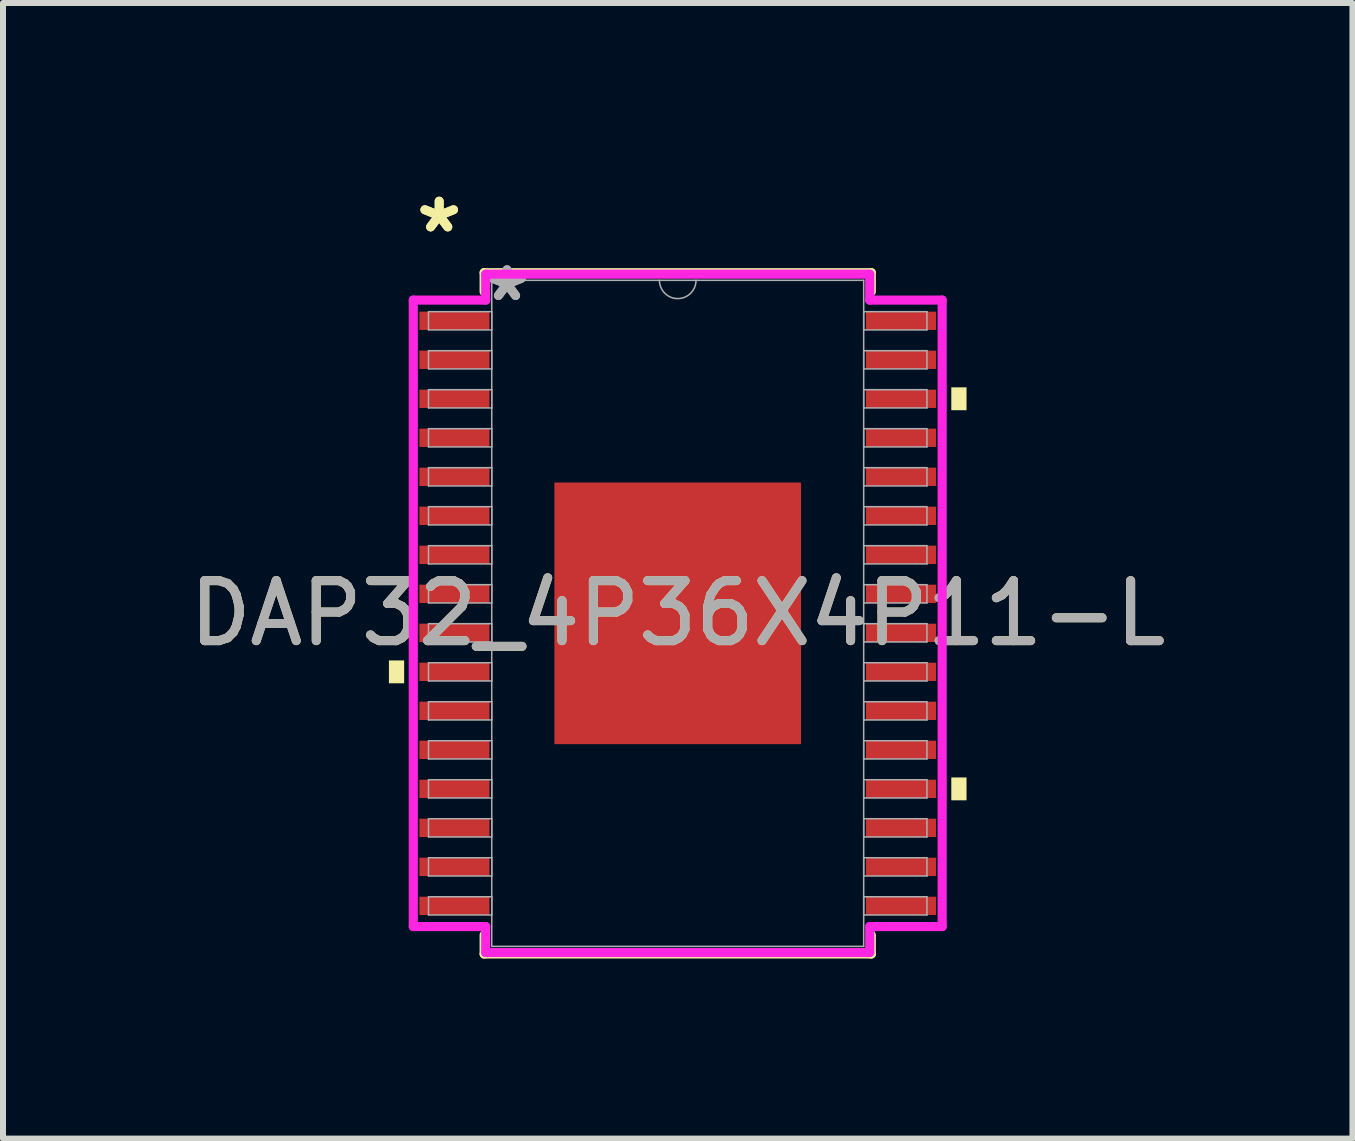
<source format=kicad_pcb>
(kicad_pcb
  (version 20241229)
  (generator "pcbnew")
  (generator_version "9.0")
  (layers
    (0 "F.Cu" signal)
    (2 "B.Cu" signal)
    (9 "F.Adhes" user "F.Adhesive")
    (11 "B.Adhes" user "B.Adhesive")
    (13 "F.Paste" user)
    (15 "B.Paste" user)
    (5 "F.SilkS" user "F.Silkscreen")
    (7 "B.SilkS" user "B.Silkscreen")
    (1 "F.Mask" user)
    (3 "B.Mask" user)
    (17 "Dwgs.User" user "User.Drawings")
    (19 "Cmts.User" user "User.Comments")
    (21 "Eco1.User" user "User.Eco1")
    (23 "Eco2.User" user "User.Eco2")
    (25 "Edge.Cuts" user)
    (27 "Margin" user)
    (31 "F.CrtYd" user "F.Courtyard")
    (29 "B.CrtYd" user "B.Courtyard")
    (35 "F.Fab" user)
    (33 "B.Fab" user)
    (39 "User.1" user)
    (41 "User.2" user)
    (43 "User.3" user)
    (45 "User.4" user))
  (footprint "DAP32_4P36X4P11-L"
    (layer "F.Cu")
    (at 8.244 7.171)
    (property "Reference" "DAP32_4P36X4P11-L" (at 0 0 0) (unlocked yes) (layer "F.SilkS") (effects (font (size 1 1) (thickness 0.15))))
    (attr smd)
    (fp_line (start -3.226 -5.677) (end -3.226 -5.36) (stroke (width 0.152) (type solid)) (layer "F.SilkS"))
    (fp_line (start -3.226 5.36) (end -3.226 5.677) (stroke (width 0.152) (type solid)) (layer "F.SilkS"))
    (fp_line (start -3.226 5.677) (end 3.226 5.677) (stroke (width 0.152) (type solid)) (layer "F.SilkS"))
    (fp_line (start 3.226 -5.677) (end -3.226 -5.677) (stroke (width 0.152) (type solid)) (layer "F.SilkS"))
    (fp_line (start 3.226 -5.36) (end 3.226 -5.677) (stroke (width 0.152) (type solid)) (layer "F.SilkS"))
    (fp_line (start 3.226 5.677) (end 3.226 5.36) (stroke (width 0.152) (type solid)) (layer "F.SilkS"))
    (fp_poly (pts (xy -4.813 0.785) (xy -4.813 1.166) (xy -4.559 1.166) (xy -4.559 0.785)) (stroke (width 0) (type solid)) (fill yes) (layer "F.SilkS"))
    (fp_poly (pts (xy 4.813 -3.766) (xy 4.813 -3.385) (xy 4.559 -3.385) (xy 4.559 -3.766)) (stroke (width 0) (type solid)) (fill yes) (layer "F.SilkS"))
    (fp_poly (pts (xy 4.813 2.735) (xy 4.813 3.116) (xy 4.559 3.116) (xy 4.559 2.735)) (stroke (width 0) (type solid)) (fill yes) (layer "F.SilkS"))
    (fp_poly (pts (xy -1.955 -2.08) (xy -1.955 -0.827) (xy -0.785 -0.827) (xy -0.785 -2.08)) (stroke (width 0) (type solid)) (fill yes) (layer "F.Paste"))
    (fp_poly (pts (xy -1.955 -0.627) (xy -1.955 0.627) (xy -0.785 0.627) (xy -0.785 -0.627)) (stroke (width 0) (type solid)) (fill yes) (layer "F.Paste"))
    (fp_poly (pts (xy -1.955 0.827) (xy -1.955 2.08) (xy -0.785 2.08) (xy -0.785 0.827)) (stroke (width 0) (type solid)) (fill yes) (layer "F.Paste"))
    (fp_poly (pts (xy -0.585 -2.08) (xy -0.585 -0.827) (xy 0.585 -0.827) (xy 0.585 -2.08)) (stroke (width 0) (type solid)) (fill yes) (layer "F.Paste"))
    (fp_poly (pts (xy -0.585 -0.627) (xy -0.585 0.627) (xy 0.585 0.627) (xy 0.585 -0.627)) (stroke (width 0) (type solid)) (fill yes) (layer "F.Paste"))
    (fp_poly (pts (xy -0.585 0.827) (xy -0.585 2.08) (xy 0.585 2.08) (xy 0.585 0.827)) (stroke (width 0) (type solid)) (fill yes) (layer "F.Paste"))
    (fp_poly (pts (xy 0.785 -2.08) (xy 0.785 -0.827) (xy 1.955 -0.827) (xy 1.955 -2.08)) (stroke (width 0) (type solid)) (fill yes) (layer "F.Paste"))
    (fp_poly (pts (xy 0.785 -0.627) (xy 0.785 0.627) (xy 1.955 0.627) (xy 1.955 -0.627)) (stroke (width 0) (type solid)) (fill yes) (layer "F.Paste"))
    (fp_poly (pts (xy 0.785 0.827) (xy 0.785 2.08) (xy 1.955 2.08) (xy 1.955 0.827)) (stroke (width 0) (type solid)) (fill yes) (layer "F.Paste"))
    (fp_line (start -4.407 -5.22) (end -3.2 -5.22) (stroke (width 0.152) (type solid)) (layer "F.CrtYd"))
    (fp_line (start -4.407 5.22) (end -4.407 -5.22) (stroke (width 0.152) (type solid)) (layer "F.CrtYd"))
    (fp_line (start -4.407 5.22) (end -3.2 5.22) (stroke (width 0.152) (type solid)) (layer "F.CrtYd"))
    (fp_line (start -3.2 -5.652) (end 3.2 -5.652) (stroke (width 0.152) (type solid)) (layer "F.CrtYd"))
    (fp_line (start -3.2 -5.22) (end -3.2 -5.652) (stroke (width 0.152) (type solid)) (layer "F.CrtYd"))
    (fp_line (start -3.2 5.652) (end -3.2 5.22) (stroke (width 0.152) (type solid)) (layer "F.CrtYd"))
    (fp_line (start 3.2 -5.652) (end 3.2 -5.22) (stroke (width 0.152) (type solid)) (layer "F.CrtYd"))
    (fp_line (start 3.2 5.22) (end 3.2 5.652) (stroke (width 0.152) (type solid)) (layer "F.CrtYd"))
    (fp_line (start 3.2 5.652) (end -3.2 5.652) (stroke (width 0.152) (type solid)) (layer "F.CrtYd"))
    (fp_line (start 4.407 -5.22) (end 3.2 -5.22) (stroke (width 0.152) (type solid)) (layer "F.CrtYd"))
    (fp_line (start 4.407 -5.22) (end 4.407 5.22) (stroke (width 0.152) (type solid)) (layer "F.CrtYd"))
    (fp_line (start 4.407 5.22) (end 3.2 5.22) (stroke (width 0.152) (type solid)) (layer "F.CrtYd"))
    (fp_line (start -4.153 -5.027) (end -4.153 -4.723) (stroke (width 0.025) (type solid)) (layer "F.Fab"))
    (fp_line (start -4.153 -4.723) (end -3.099 -4.723) (stroke (width 0.025) (type solid)) (layer "F.Fab"))
    (fp_line (start -4.153 -4.377) (end -4.153 -4.073) (stroke (width 0.025) (type solid)) (layer "F.Fab"))
    (fp_line (start -4.153 -4.073) (end -3.099 -4.073) (stroke (width 0.025) (type solid)) (layer "F.Fab"))
    (fp_line (start -4.153 -3.727) (end -4.153 -3.423) (stroke (width 0.025) (type solid)) (layer "F.Fab"))
    (fp_line (start -4.153 -3.423) (end -3.099 -3.423) (stroke (width 0.025) (type solid)) (layer "F.Fab"))
    (fp_line (start -4.153 -3.077) (end -4.153 -2.773) (stroke (width 0.025) (type solid)) (layer "F.Fab"))
    (fp_line (start -4.153 -2.773) (end -3.099 -2.773) (stroke (width 0.025) (type solid)) (layer "F.Fab"))
    (fp_line (start -4.153 -2.427) (end -4.153 -2.123) (stroke (width 0.025) (type solid)) (layer "F.Fab"))
    (fp_line (start -4.153 -2.123) (end -3.099 -2.123) (stroke (width 0.025) (type solid)) (layer "F.Fab"))
    (fp_line (start -4.153 -1.777) (end -4.153 -1.473) (stroke (width 0.025) (type solid)) (layer "F.Fab"))
    (fp_line (start -4.153 -1.473) (end -3.099 -1.473) (stroke (width 0.025) (type solid)) (layer "F.Fab"))
    (fp_line (start -4.153 -1.127) (end -4.153 -0.823) (stroke (width 0.025) (type solid)) (layer "F.Fab"))
    (fp_line (start -4.153 -0.823) (end -3.099 -0.823) (stroke (width 0.025) (type solid)) (layer "F.Fab"))
    (fp_line (start -4.153 -0.477) (end -4.153 -0.173) (stroke (width 0.025) (type solid)) (layer "F.Fab"))
    (fp_line (start -4.153 -0.173) (end -3.099 -0.173) (stroke (width 0.025) (type solid)) (layer "F.Fab"))
    (fp_line (start -4.153 0.173) (end -4.153 0.477) (stroke (width 0.025) (type solid)) (layer "F.Fab"))
    (fp_line (start -4.153 0.477) (end -3.099 0.477) (stroke (width 0.025) (type solid)) (layer "F.Fab"))
    (fp_line (start -4.153 0.823) (end -4.153 1.127) (stroke (width 0.025) (type solid)) (layer "F.Fab"))
    (fp_line (start -4.153 1.127) (end -3.099 1.127) (stroke (width 0.025) (type solid)) (layer "F.Fab"))
    (fp_line (start -4.153 1.473) (end -4.153 1.777) (stroke (width 0.025) (type solid)) (layer "F.Fab"))
    (fp_line (start -4.153 1.777) (end -3.099 1.777) (stroke (width 0.025) (type solid)) (layer "F.Fab"))
    (fp_line (start -4.153 2.123) (end -4.153 2.427) (stroke (width 0.025) (type solid)) (layer "F.Fab"))
    (fp_line (start -4.153 2.427) (end -3.099 2.427) (stroke (width 0.025) (type solid)) (layer "F.Fab"))
    (fp_line (start -4.153 2.773) (end -4.153 3.077) (stroke (width 0.025) (type solid)) (layer "F.Fab"))
    (fp_line (start -4.153 3.077) (end -3.099 3.077) (stroke (width 0.025) (type solid)) (layer "F.Fab"))
    (fp_line (start -4.153 3.423) (end -4.153 3.727) (stroke (width 0.025) (type solid)) (layer "F.Fab"))
    (fp_line (start -4.153 3.727) (end -3.099 3.727) (stroke (width 0.025) (type solid)) (layer "F.Fab"))
    (fp_line (start -4.153 4.073) (end -4.153 4.377) (stroke (width 0.025) (type solid)) (layer "F.Fab"))
    (fp_line (start -4.153 4.377) (end -3.099 4.377) (stroke (width 0.025) (type solid)) (layer "F.Fab"))
    (fp_line (start -4.153 4.723) (end -4.153 5.027) (stroke (width 0.025) (type solid)) (layer "F.Fab"))
    (fp_line (start -4.153 5.027) (end -3.099 5.027) (stroke (width 0.025) (type solid)) (layer "F.Fab"))
    (fp_line (start -3.099 -5.55) (end -3.099 5.55) (stroke (width 0.025) (type solid)) (layer "F.Fab"))
    (fp_line (start -3.099 -5.027) (end -4.153 -5.027) (stroke (width 0.025) (type solid)) (layer "F.Fab"))
    (fp_line (start -3.099 -4.723) (end -3.099 -5.027) (stroke (width 0.025) (type solid)) (layer "F.Fab"))
    (fp_line (start -3.099 -4.377) (end -4.153 -4.377) (stroke (width 0.025) (type solid)) (layer "F.Fab"))
    (fp_line (start -3.099 -4.073) (end -3.099 -4.377) (stroke (width 0.025) (type solid)) (layer "F.Fab"))
    (fp_line (start -3.099 -3.727) (end -4.153 -3.727) (stroke (width 0.025) (type solid)) (layer "F.Fab"))
    (fp_line (start -3.099 -3.423) (end -3.099 -3.727) (stroke (width 0.025) (type solid)) (layer "F.Fab"))
    (fp_line (start -3.099 -3.077) (end -4.153 -3.077) (stroke (width 0.025) (type solid)) (layer "F.Fab"))
    (fp_line (start -3.099 -2.773) (end -3.099 -3.077) (stroke (width 0.025) (type solid)) (layer "F.Fab"))
    (fp_line (start -3.099 -2.427) (end -4.153 -2.427) (stroke (width 0.025) (type solid)) (layer "F.Fab"))
    (fp_line (start -3.099 -2.123) (end -3.099 -2.427) (stroke (width 0.025) (type solid)) (layer "F.Fab"))
    (fp_line (start -3.099 -1.777) (end -4.153 -1.777) (stroke (width 0.025) (type solid)) (layer "F.Fab"))
    (fp_line (start -3.099 -1.473) (end -3.099 -1.777) (stroke (width 0.025) (type solid)) (layer "F.Fab"))
    (fp_line (start -3.099 -1.127) (end -4.153 -1.127) (stroke (width 0.025) (type solid)) (layer "F.Fab"))
    (fp_line (start -3.099 -0.823) (end -3.099 -1.127) (stroke (width 0.025) (type solid)) (layer "F.Fab"))
    (fp_line (start -3.099 -0.477) (end -4.153 -0.477) (stroke (width 0.025) (type solid)) (layer "F.Fab"))
    (fp_line (start -3.099 -0.173) (end -3.099 -0.477) (stroke (width 0.025) (type solid)) (layer "F.Fab"))
    (fp_line (start -3.099 0.173) (end -4.153 0.173) (stroke (width 0.025) (type solid)) (layer "F.Fab"))
    (fp_line (start -3.099 0.477) (end -3.099 0.173) (stroke (width 0.025) (type solid)) (layer "F.Fab"))
    (fp_line (start -3.099 0.823) (end -4.153 0.823) (stroke (width 0.025) (type solid)) (layer "F.Fab"))
    (fp_line (start -3.099 1.127) (end -3.099 0.823) (stroke (width 0.025) (type solid)) (layer "F.Fab"))
    (fp_line (start -3.099 1.473) (end -4.153 1.473) (stroke (width 0.025) (type solid)) (layer "F.Fab"))
    (fp_line (start -3.099 1.777) (end -3.099 1.473) (stroke (width 0.025) (type solid)) (layer "F.Fab"))
    (fp_line (start -3.099 2.123) (end -4.153 2.123) (stroke (width 0.025) (type solid)) (layer "F.Fab"))
    (fp_line (start -3.099 2.427) (end -3.099 2.123) (stroke (width 0.025) (type solid)) (layer "F.Fab"))
    (fp_line (start -3.099 2.773) (end -4.153 2.773) (stroke (width 0.025) (type solid)) (layer "F.Fab"))
    (fp_line (start -3.099 3.077) (end -3.099 2.773) (stroke (width 0.025) (type solid)) (layer "F.Fab"))
    (fp_line (start -3.099 3.423) (end -4.153 3.423) (stroke (width 0.025) (type solid)) (layer "F.Fab"))
    (fp_line (start -3.099 3.727) (end -3.099 3.423) (stroke (width 0.025) (type solid)) (layer "F.Fab"))
    (fp_line (start -3.099 4.073) (end -4.153 4.073) (stroke (width 0.025) (type solid)) (layer "F.Fab"))
    (fp_line (start -3.099 4.377) (end -3.099 4.073) (stroke (width 0.025) (type solid)) (layer "F.Fab"))
    (fp_line (start -3.099 4.723) (end -4.153 4.723) (stroke (width 0.025) (type solid)) (layer "F.Fab"))
    (fp_line (start -3.099 5.027) (end -3.099 4.723) (stroke (width 0.025) (type solid)) (layer "F.Fab"))
    (fp_line (start -3.099 5.55) (end 3.099 5.55) (stroke (width 0.025) (type solid)) (layer "F.Fab"))
    (fp_line (start 3.099 -5.55) (end -3.099 -5.55) (stroke (width 0.025) (type solid)) (layer "F.Fab"))
    (fp_line (start 3.099 -5.027) (end 3.099 -4.723) (stroke (width 0.025) (type solid)) (layer "F.Fab"))
    (fp_line (start 3.099 -4.723) (end 4.153 -4.723) (stroke (width 0.025) (type solid)) (layer "F.Fab"))
    (fp_line (start 3.099 -4.377) (end 3.099 -4.073) (stroke (width 0.025) (type solid)) (layer "F.Fab"))
    (fp_line (start 3.099 -4.073) (end 4.153 -4.073) (stroke (width 0.025) (type solid)) (layer "F.Fab"))
    (fp_line (start 3.099 -3.727) (end 3.099 -3.423) (stroke (width 0.025) (type solid)) (layer "F.Fab"))
    (fp_line (start 3.099 -3.423) (end 4.153 -3.423) (stroke (width 0.025) (type solid)) (layer "F.Fab"))
    (fp_line (start 3.099 -3.077) (end 3.099 -2.773) (stroke (width 0.025) (type solid)) (layer "F.Fab"))
    (fp_line (start 3.099 -2.773) (end 4.153 -2.773) (stroke (width 0.025) (type solid)) (layer "F.Fab"))
    (fp_line (start 3.099 -2.427) (end 3.099 -2.123) (stroke (width 0.025) (type solid)) (layer "F.Fab"))
    (fp_line (start 3.099 -2.123) (end 4.153 -2.123) (stroke (width 0.025) (type solid)) (layer "F.Fab"))
    (fp_line (start 3.099 -1.777) (end 3.099 -1.473) (stroke (width 0.025) (type solid)) (layer "F.Fab"))
    (fp_line (start 3.099 -1.473) (end 4.153 -1.473) (stroke (width 0.025) (type solid)) (layer "F.Fab"))
    (fp_line (start 3.099 -1.127) (end 3.099 -0.823) (stroke (width 0.025) (type solid)) (layer "F.Fab"))
    (fp_line (start 3.099 -0.823) (end 4.153 -0.823) (stroke (width 0.025) (type solid)) (layer "F.Fab"))
    (fp_line (start 3.099 -0.477) (end 3.099 -0.173) (stroke (width 0.025) (type solid)) (layer "F.Fab"))
    (fp_line (start 3.099 -0.173) (end 4.153 -0.173) (stroke (width 0.025) (type solid)) (layer "F.Fab"))
    (fp_line (start 3.099 0.173) (end 3.099 0.477) (stroke (width 0.025) (type solid)) (layer "F.Fab"))
    (fp_line (start 3.099 0.477) (end 4.153 0.477) (stroke (width 0.025) (type solid)) (layer "F.Fab"))
    (fp_line (start 3.099 0.823) (end 3.099 1.127) (stroke (width 0.025) (type solid)) (layer "F.Fab"))
    (fp_line (start 3.099 1.127) (end 4.153 1.127) (stroke (width 0.025) (type solid)) (layer "F.Fab"))
    (fp_line (start 3.099 1.473) (end 3.099 1.777) (stroke (width 0.025) (type solid)) (layer "F.Fab"))
    (fp_line (start 3.099 1.777) (end 4.153 1.777) (stroke (width 0.025) (type solid)) (layer "F.Fab"))
    (fp_line (start 3.099 2.123) (end 3.099 2.427) (stroke (width 0.025) (type solid)) (layer "F.Fab"))
    (fp_line (start 3.099 2.427) (end 4.153 2.427) (stroke (width 0.025) (type solid)) (layer "F.Fab"))
    (fp_line (start 3.099 2.773) (end 3.099 3.077) (stroke (width 0.025) (type solid)) (layer "F.Fab"))
    (fp_line (start 3.099 3.077) (end 4.153 3.077) (stroke (width 0.025) (type solid)) (layer "F.Fab"))
    (fp_line (start 3.099 3.423) (end 3.099 3.727) (stroke (width 0.025) (type solid)) (layer "F.Fab"))
    (fp_line (start 3.099 3.727) (end 4.153 3.727) (stroke (width 0.025) (type solid)) (layer "F.Fab"))
    (fp_line (start 3.099 4.073) (end 3.099 4.377) (stroke (width 0.025) (type solid)) (layer "F.Fab"))
    (fp_line (start 3.099 4.377) (end 4.153 4.377) (stroke (width 0.025) (type solid)) (layer "F.Fab"))
    (fp_line (start 3.099 4.723) (end 3.099 5.027) (stroke (width 0.025) (type solid)) (layer "F.Fab"))
    (fp_line (start 3.099 5.027) (end 4.153 5.027) (stroke (width 0.025) (type solid)) (layer "F.Fab"))
    (fp_line (start 3.099 5.55) (end 3.099 -5.55) (stroke (width 0.025) (type solid)) (layer "F.Fab"))
    (fp_line (start 4.153 -5.027) (end 3.099 -5.027) (stroke (width 0.025) (type solid)) (layer "F.Fab"))
    (fp_line (start 4.153 -4.723) (end 4.153 -5.027) (stroke (width 0.025) (type solid)) (layer "F.Fab"))
    (fp_line (start 4.153 -4.377) (end 3.099 -4.377) (stroke (width 0.025) (type solid)) (layer "F.Fab"))
    (fp_line (start 4.153 -4.073) (end 4.153 -4.377) (stroke (width 0.025) (type solid)) (layer "F.Fab"))
    (fp_line (start 4.153 -3.727) (end 3.099 -3.727) (stroke (width 0.025) (type solid)) (layer "F.Fab"))
    (fp_line (start 4.153 -3.423) (end 4.153 -3.727) (stroke (width 0.025) (type solid)) (layer "F.Fab"))
    (fp_line (start 4.153 -3.077) (end 3.099 -3.077) (stroke (width 0.025) (type solid)) (layer "F.Fab"))
    (fp_line (start 4.153 -2.773) (end 4.153 -3.077) (stroke (width 0.025) (type solid)) (layer "F.Fab"))
    (fp_line (start 4.153 -2.427) (end 3.099 -2.427) (stroke (width 0.025) (type solid)) (layer "F.Fab"))
    (fp_line (start 4.153 -2.123) (end 4.153 -2.427) (stroke (width 0.025) (type solid)) (layer "F.Fab"))
    (fp_line (start 4.153 -1.777) (end 3.099 -1.777) (stroke (width 0.025) (type solid)) (layer "F.Fab"))
    (fp_line (start 4.153 -1.473) (end 4.153 -1.777) (stroke (width 0.025) (type solid)) (layer "F.Fab"))
    (fp_line (start 4.153 -1.127) (end 3.099 -1.127) (stroke (width 0.025) (type solid)) (layer "F.Fab"))
    (fp_line (start 4.153 -0.823) (end 4.153 -1.127) (stroke (width 0.025) (type solid)) (layer "F.Fab"))
    (fp_line (start 4.153 -0.477) (end 3.099 -0.477) (stroke (width 0.025) (type solid)) (layer "F.Fab"))
    (fp_line (start 4.153 -0.173) (end 4.153 -0.477) (stroke (width 0.025) (type solid)) (layer "F.Fab"))
    (fp_line (start 4.153 0.173) (end 3.099 0.173) (stroke (width 0.025) (type solid)) (layer "F.Fab"))
    (fp_line (start 4.153 0.477) (end 4.153 0.173) (stroke (width 0.025) (type solid)) (layer "F.Fab"))
    (fp_line (start 4.153 0.823) (end 3.099 0.823) (stroke (width 0.025) (type solid)) (layer "F.Fab"))
    (fp_line (start 4.153 1.127) (end 4.153 0.823) (stroke (width 0.025) (type solid)) (layer "F.Fab"))
    (fp_line (start 4.153 1.473) (end 3.099 1.473) (stroke (width 0.025) (type solid)) (layer "F.Fab"))
    (fp_line (start 4.153 1.777) (end 4.153 1.473) (stroke (width 0.025) (type solid)) (layer "F.Fab"))
    (fp_line (start 4.153 2.123) (end 3.099 2.123) (stroke (width 0.025) (type solid)) (layer "F.Fab"))
    (fp_line (start 4.153 2.427) (end 4.153 2.123) (stroke (width 0.025) (type solid)) (layer "F.Fab"))
    (fp_line (start 4.153 2.773) (end 3.099 2.773) (stroke (width 0.025) (type solid)) (layer "F.Fab"))
    (fp_line (start 4.153 3.077) (end 4.153 2.773) (stroke (width 0.025) (type solid)) (layer "F.Fab"))
    (fp_line (start 4.153 3.423) (end 3.099 3.423) (stroke (width 0.025) (type solid)) (layer "F.Fab"))
    (fp_line (start 4.153 3.727) (end 4.153 3.423) (stroke (width 0.025) (type solid)) (layer "F.Fab"))
    (fp_line (start 4.153 4.073) (end 3.099 4.073) (stroke (width 0.025) (type solid)) (layer "F.Fab"))
    (fp_line (start 4.153 4.377) (end 4.153 4.073) (stroke (width 0.025) (type solid)) (layer "F.Fab"))
    (fp_line (start 4.153 4.723) (end 3.099 4.723) (stroke (width 0.025) (type solid)) (layer "F.Fab"))
    (fp_line (start 4.153 5.027) (end 4.153 4.723) (stroke (width 0.025) (type solid)) (layer "F.Fab"))
    (fp_arc (start 0.3048 -5.5499) (mid 0 -5.2451) (end -0.3048 -5.5499) (stroke (width 0.0254) (type solid)) (layer "F.Fab"))
    (fp_text user "*" (at -3.975 -6.323 0) (unlocked yes) (layer "F.SilkS") (effects (font (size 1 1) (thickness 0.15))))
    (fp_text user "*" (at -3.975 -6.323 0) (layer "F.SilkS") (effects (font (size 1 1) (thickness 0.15))))
    (fp_text user "*" (at -2.845 -5.18 0) (layer "F.Fab") (effects (font (size 1 1) (thickness 0.15))))
    (fp_text user "${REFERENCE}" (at 0 0 0) (unlocked yes) (layer "F.Fab") (effects (font (size 1 1) (thickness 0.15))))
    (fp_text user "*" (at -2.845 -5.18 0) (unlocked yes) (layer "F.Fab") (effects (font (size 1 1) (thickness 0.15))))
    (pad "1" smd rect (at -3.721 -4.875) (size 1.168 0.305) (layers "F.Cu" "F.Mask" "F.Paste"))
    (pad "2" smd rect (at -3.721 -4.225) (size 1.168 0.305) (layers "F.Cu" "F.Mask" "F.Paste"))
    (pad "3" smd rect (at -3.721 -3.575) (size 1.168 0.305) (layers "F.Cu" "F.Mask" "F.Paste"))
    (pad "4" smd rect (at -3.721 -2.925) (size 1.168 0.305) (layers "F.Cu" "F.Mask" "F.Paste"))
    (pad "5" smd rect (at -3.721 -2.275) (size 1.168 0.305) (layers "F.Cu" "F.Mask" "F.Paste"))
    (pad "6" smd rect (at -3.721 -1.625) (size 1.168 0.305) (layers "F.Cu" "F.Mask" "F.Paste"))
    (pad "7" smd rect (at -3.721 -0.975) (size 1.168 0.305) (layers "F.Cu" "F.Mask" "F.Paste"))
    (pad "8" smd rect (at -3.721 -0.325) (size 1.168 0.305) (layers "F.Cu" "F.Mask" "F.Paste"))
    (pad "9" smd rect (at -3.721 0.325) (size 1.168 0.305) (layers "F.Cu" "F.Mask" "F.Paste"))
    (pad "10" smd rect (at -3.721 0.975) (size 1.168 0.305) (layers "F.Cu" "F.Mask" "F.Paste"))
    (pad "11" smd rect (at -3.721 1.625) (size 1.168 0.305) (layers "F.Cu" "F.Mask" "F.Paste"))
    (pad "12" smd rect (at -3.721 2.275) (size 1.168 0.305) (layers "F.Cu" "F.Mask" "F.Paste"))
    (pad "13" smd rect (at -3.721 2.925) (size 1.168 0.305) (layers "F.Cu" "F.Mask" "F.Paste"))
    (pad "14" smd rect (at -3.721 3.575) (size 1.168 0.305) (layers "F.Cu" "F.Mask" "F.Paste"))
    (pad "15" smd rect (at -3.721 4.225) (size 1.168 0.305) (layers "F.Cu" "F.Mask" "F.Paste"))
    (pad "16" smd rect (at -3.721 4.875) (size 1.168 0.305) (layers "F.Cu" "F.Mask" "F.Paste"))
    (pad "17" smd rect (at 3.721 4.875) (size 1.168 0.305) (layers "F.Cu" "F.Mask" "F.Paste"))
    (pad "18" smd rect (at 3.721 4.225) (size 1.168 0.305) (layers "F.Cu" "F.Mask" "F.Paste"))
    (pad "19" smd rect (at 3.721 3.575) (size 1.168 0.305) (layers "F.Cu" "F.Mask" "F.Paste"))
    (pad "20" smd rect (at 3.721 2.925) (size 1.168 0.305) (layers "F.Cu" "F.Mask" "F.Paste"))
    (pad "21" smd rect (at 3.721 2.275) (size 1.168 0.305) (layers "F.Cu" "F.Mask" "F.Paste"))
    (pad "22" smd rect (at 3.721 1.625) (size 1.168 0.305) (layers "F.Cu" "F.Mask" "F.Paste"))
    (pad "23" smd rect (at 3.721 0.975) (size 1.168 0.305) (layers "F.Cu" "F.Mask" "F.Paste"))
    (pad "24" smd rect (at 3.721 0.325) (size 1.168 0.305) (layers "F.Cu" "F.Mask" "F.Paste"))
    (pad "25" smd rect (at 3.721 -0.325) (size 1.168 0.305) (layers "F.Cu" "F.Mask" "F.Paste"))
    (pad "26" smd rect (at 3.721 -0.975) (size 1.168 0.305) (layers "F.Cu" "F.Mask" "F.Paste"))
    (pad "27" smd rect (at 3.721 -1.625) (size 1.168 0.305) (layers "F.Cu" "F.Mask" "F.Paste"))
    (pad "28" smd rect (at 3.721 -2.275) (size 1.168 0.305) (layers "F.Cu" "F.Mask" "F.Paste"))
    (pad "29" smd rect (at 3.721 -2.925) (size 1.168 0.305) (layers "F.Cu" "F.Mask" "F.Paste"))
    (pad "30" smd rect (at 3.721 -3.575) (size 1.168 0.305) (layers "F.Cu" "F.Mask" "F.Paste"))
    (pad "31" smd rect (at 3.721 -4.225) (size 1.168 0.305) (layers "F.Cu" "F.Mask" "F.Paste"))
    (pad "32" smd rect (at 3.721 -4.875) (size 1.168 0.305) (layers "F.Cu" "F.Mask" "F.Paste"))
    (pad "33" smd rect (at 0 0) (size 4.11 4.36) (layers "F.Cu" "F.Mask" "F.Paste")))
  (gr_rect
    (start -3 -3)
    (end 19.488 15.924)
    (stroke (width 0.1) (type default))
    (fill no)
    (layer "Edge.Cuts")))
</source>
